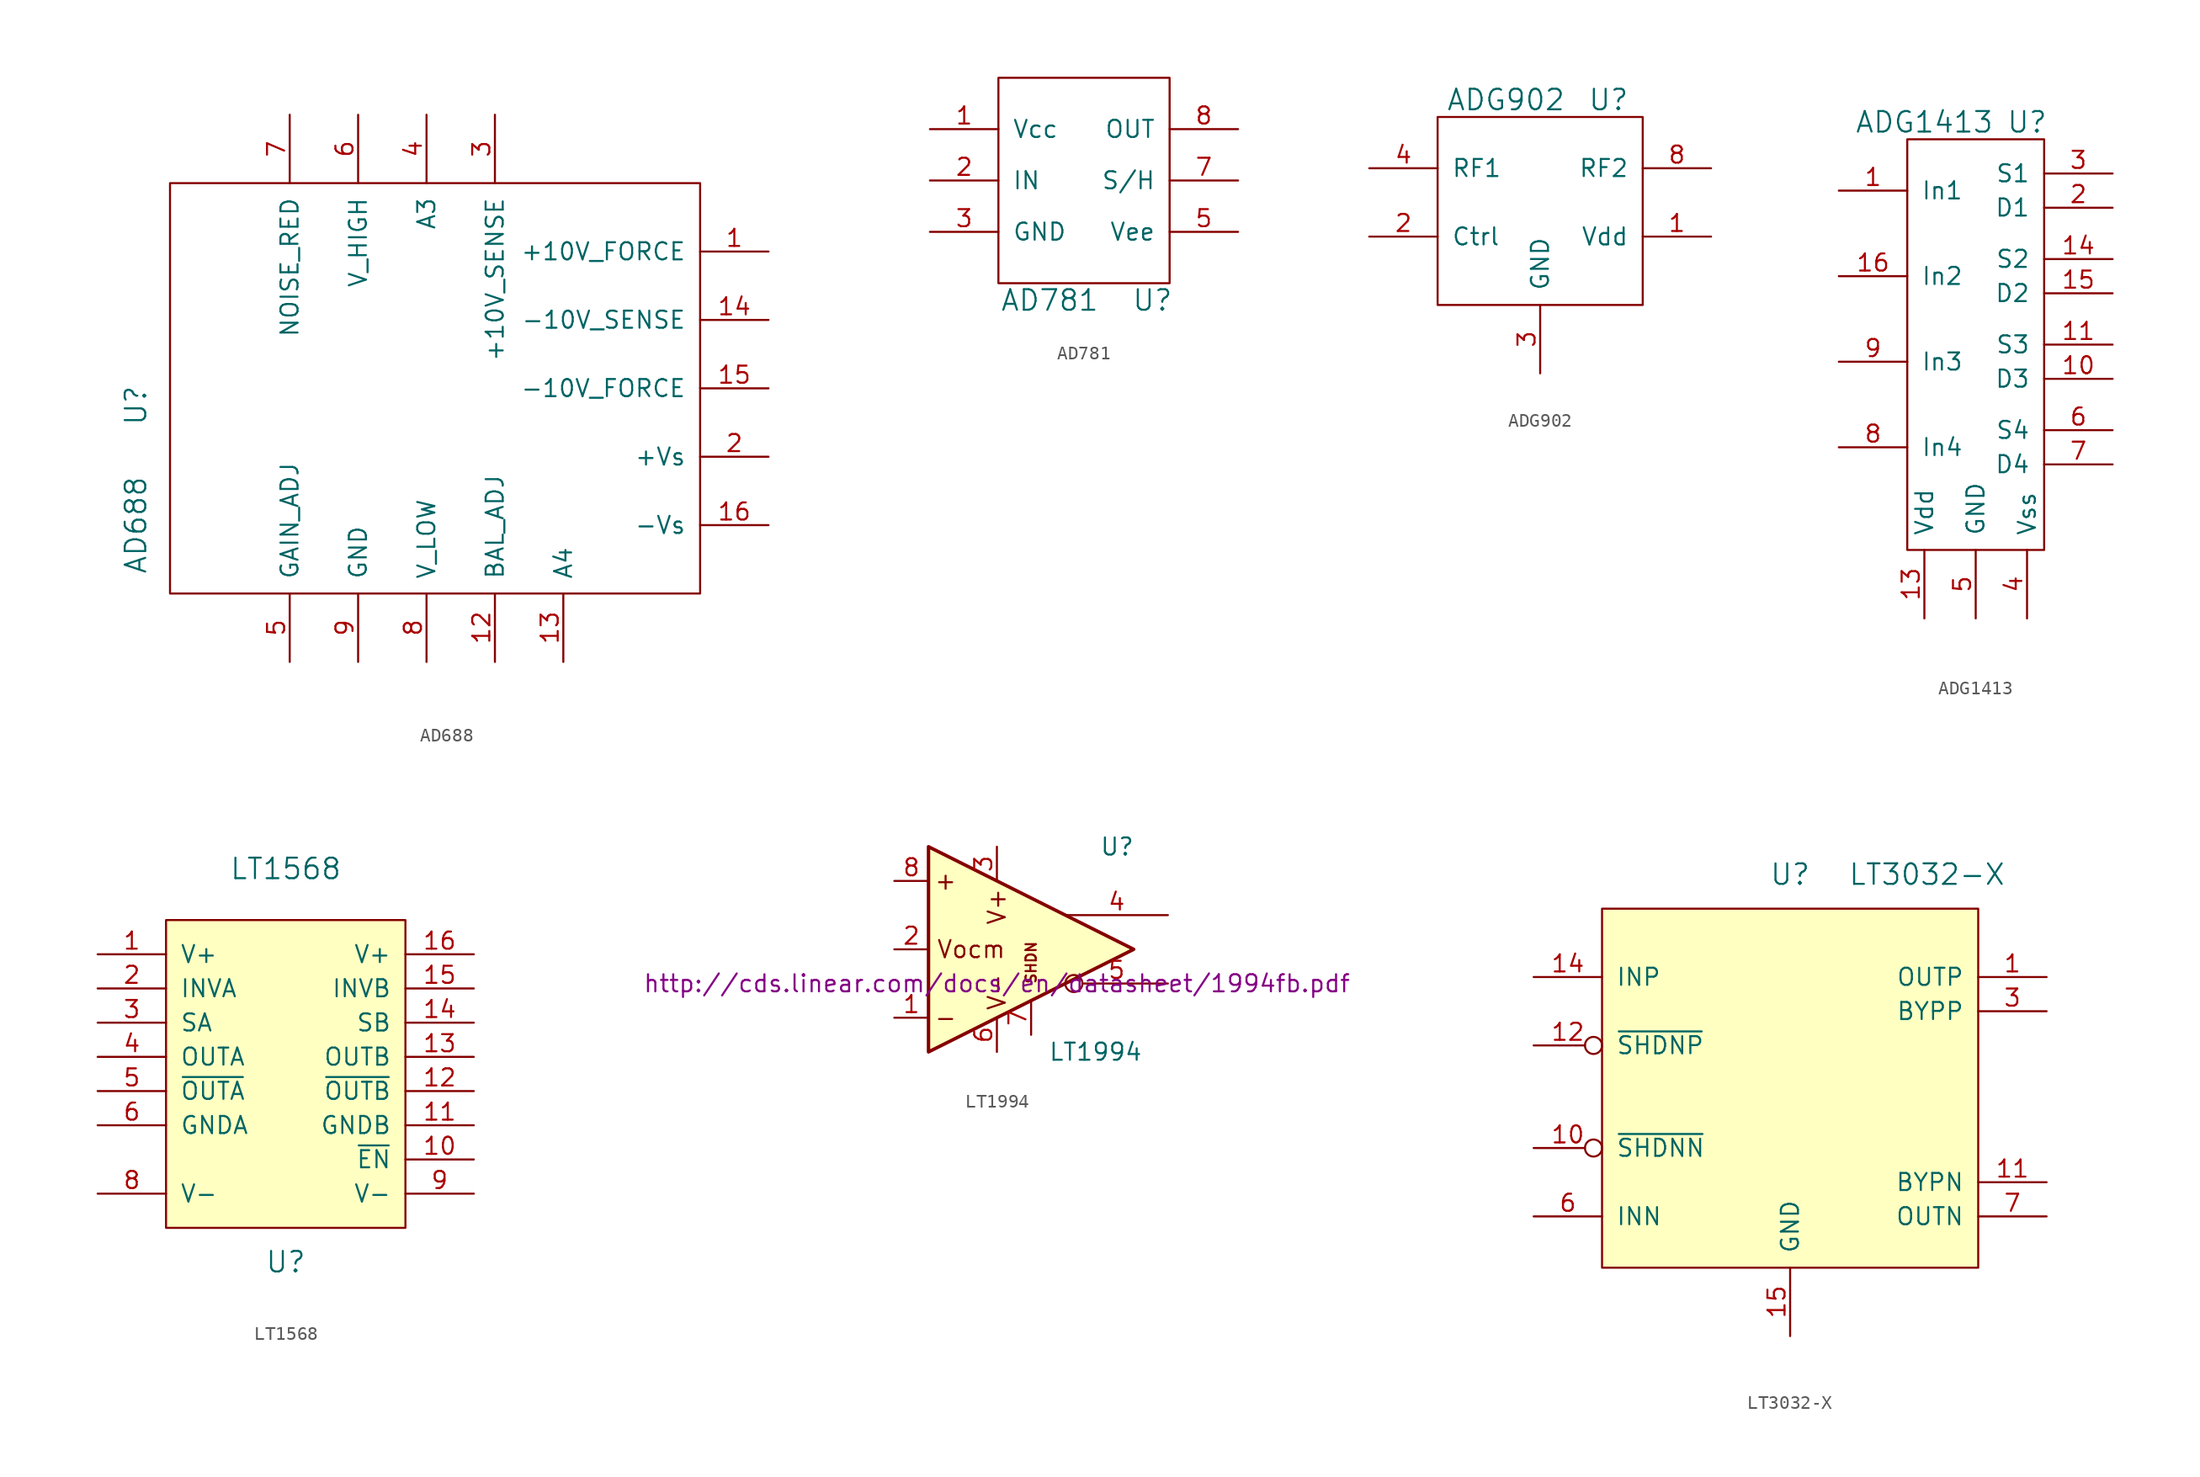
<source format=kicad_sym>
(kicad_symbol_lib
  (version 20220914)
  (generator kicad_symbol_editor)
  (symbol "AD688"
    (pin_names
      (offset 1.016))
    (property "Reference" "U"
      (at -20.32 -1.27 90)
      (effects (font (size 1.524 1.524))))
    (property "Value" "AD688"
      (at -20.32 -10.16 90)
      (effects (font (size 1.524 1.524))))
    (symbol "AD688_0_1"
      (rectangle (start 21.59 15.24) (end -17.78 -15.24) (stroke (width 0) (type solid)) (fill (type none))))
    (symbol "AD688_1_1"
      (pin input line (at 26.67 10.16 180) (length 5.08) (name "+10V_FORCE" (effects (font (size 1.27 1.27)))) (number "1" (effects (font (size 1.27 1.27)))))
      (pin input line (at 6.35 -20.32 90) (length 5.08) (name "BAL_ADJ" (effects (font (size 1.27 1.27)))) (number "12" (effects (font (size 1.27 1.27)))))
      (pin input line (at 11.43 -20.32 90) (length 5.08) (name "A4" (effects (font (size 1.27 1.27)))) (number "13" (effects (font (size 1.27 1.27)))))
      (pin input line (at 26.67 5.08 180) (length 5.08) (name "-10V_SENSE" (effects (font (size 1.27 1.27)))) (number "14" (effects (font (size 1.27 1.27)))))
      (pin input line (at 26.67 0 180) (length 5.08) (name "-10V_FORCE" (effects (font (size 1.27 1.27)))) (number "15" (effects (font (size 1.27 1.27)))))
      (pin input line (at 26.67 -10.16 180) (length 5.08) (name "-Vs" (effects (font (size 1.27 1.27)))) (number "16" (effects (font (size 1.27 1.27)))))
      (pin input line (at 26.67 -5.08 180) (length 5.08) (name "+Vs" (effects (font (size 1.27 1.27)))) (number "2" (effects (font (size 1.27 1.27)))))
      (pin input line (at 6.35 20.32 270) (length 5.08) (name "+10V_SENSE" (effects (font (size 1.27 1.27)))) (number "3" (effects (font (size 1.27 1.27)))))
      (pin input line (at 1.27 20.32 270) (length 5.08) (name "A3" (effects (font (size 1.27 1.27)))) (number "4" (effects (font (size 1.27 1.27)))))
      (pin input line (at -8.89 -20.32 90) (length 5.08) (name "GAIN_ADJ" (effects (font (size 1.27 1.27)))) (number "5" (effects (font (size 1.27 1.27)))))
      (pin input line (at -3.81 20.32 270) (length 5.08) (name "V_HIGH" (effects (font (size 1.27 1.27)))) (number "6" (effects (font (size 1.27 1.27)))))
      (pin input line (at -8.89 20.32 270) (length 5.08) (name "NOISE_RED" (effects (font (size 1.27 1.27)))) (number "7" (effects (font (size 1.27 1.27)))))
      (pin input line (at 1.27 -20.32 90) (length 5.08) (name "V_LOW" (effects (font (size 1.27 1.27)))) (number "8" (effects (font (size 1.27 1.27)))))
      (pin input line (at -3.81 -20.32 90) (length 5.08) (name "GND" (effects (font (size 1.27 1.27)))) (number "9" (effects (font (size 1.27 1.27)))))))
  (symbol "AD781"
    (pin_names
      (offset 1.016))
    (property "Reference" "U"
      (at 3.81 -1.27 0)
      (effects (font (size 1.524 1.524))))
    (property "Value" "AD781"
      (at -3.81 -1.27 0)
      (effects (font (size 1.524 1.524))))
    (symbol "AD781_0_1"
      (rectangle (start -7.62 15.24) (end 5.08 0) (stroke (width 0) (type solid)) (fill (type none))))
    (symbol "AD781_1_1"
      (pin passive line (at -12.7 11.43 0) (length 5.08) (name "Vcc" (effects (font (size 1.27 1.27)))) (number "1" (effects (font (size 1.27 1.27)))))
      (pin input line (at -12.7 7.62 0) (length 5.08) (name "IN" (effects (font (size 1.27 1.27)))) (number "2" (effects (font (size 1.27 1.27)))))
      (pin input line (at -12.7 3.81 0) (length 5.08) (name "GND" (effects (font (size 1.27 1.27)))) (number "3" (effects (font (size 1.27 1.27)))))
      (pin input line (at 10.16 3.81 180) (length 5.08) (name "Vee" (effects (font (size 1.27 1.27)))) (number "5" (effects (font (size 1.27 1.27)))))
      (pin input line (at 10.16 7.62 180) (length 5.08) (name "S/H" (effects (font (size 1.27 1.27)))) (number "7" (effects (font (size 1.27 1.27)))))
      (pin input line (at 10.16 11.43 180) (length 5.08) (name "OUT" (effects (font (size 1.27 1.27)))) (number "8" (effects (font (size 1.27 1.27)))))))
  (symbol "ADG902"
    (pin_names
      (offset 1.016))
    (property "Reference" "U"
      (at 5.08 12.7 0)
      (effects (font (size 1.524 1.524))))
    (property "Value" "ADG902"
      (at -2.54 12.7 0)
      (effects (font (size 1.524 1.524))))
    (symbol "ADG902_0_1"
      (rectangle (start -7.62 11.43) (end 7.62 -2.54) (stroke (width 0) (type solid)) (fill (type none))))
    (symbol "ADG902_1_1"
      (pin input line (at 12.7 2.54 180) (length 5.08) (name "Vdd" (effects (font (size 1.27 1.27)))) (number "1" (effects (font (size 1.27 1.27)))))
      (pin input line (at -12.7 2.54 0) (length 5.08) (name "Ctrl" (effects (font (size 1.27 1.27)))) (number "2" (effects (font (size 1.27 1.27)))))
      (pin input line (at 0 -7.62 90) (length 5.08) (name "GND" (effects (font (size 1.27 1.27)))) (number "3" (effects (font (size 1.27 1.27)))))
      (pin input line (at -12.7 7.62 0) (length 5.08) (name "RF1" (effects (font (size 1.27 1.27)))) (number "4" (effects (font (size 1.27 1.27)))))
      (pin input line (at 0 -7.62 90) (length 5.08) hide (name "GND" (effects (font (size 1.27 1.27)))) (number "5" (effects (font (size 1.27 1.27)))))
      (pin input line (at 0 -7.62 90) (length 5.08) hide (name "GND" (effects (font (size 1.27 1.27)))) (number "6" (effects (font (size 1.27 1.27)))))
      (pin input line (at 0 -7.62 90) (length 5.08) hide (name "GND" (effects (font (size 1.27 1.27)))) (number "7" (effects (font (size 1.27 1.27)))))
      (pin input line (at 12.7 7.62 180) (length 5.08) (name "RF2" (effects (font (size 1.27 1.27)))) (number "8" (effects (font (size 1.27 1.27)))))))
  (symbol "ADG1413"
    (pin_names
      (offset 1.016))
    (property "Reference" "U"
      (at 3.81 21.59 0)
      (effects (font (size 1.524 1.524))))
    (property "Value" "ADG1413"
      (at -3.81 21.59 0)
      (effects (font (size 1.524 1.524))))
    (symbol "ADG1413_0_1"
      (rectangle (start -5.08 20.32) (end 5.08 -10.16) (stroke (width 0) (type solid)) (fill (type none))))
    (symbol "ADG1413_1_1"
      (pin input line (at -10.16 16.51 0) (length 5.08) (name "In1" (effects (font (size 1.27 1.27)))) (number "1" (effects (font (size 1.27 1.27)))))
      (pin passive line (at 10.16 2.54 180) (length 5.08) (name "D3" (effects (font (size 1.27 1.27)))) (number "10" (effects (font (size 1.27 1.27)))))
      (pin passive line (at 10.16 5.08 180) (length 5.08) (name "S3" (effects (font (size 1.27 1.27)))) (number "11" (effects (font (size 1.27 1.27)))))
      (pin passive line (at -3.81 -15.24 90) (length 5.08) (name "Vdd" (effects (font (size 1.27 1.27)))) (number "13" (effects (font (size 1.27 1.27)))))
      (pin passive line (at 10.16 11.43 180) (length 5.08) (name "S2" (effects (font (size 1.27 1.27)))) (number "14" (effects (font (size 1.27 1.27)))))
      (pin passive line (at 10.16 8.89 180) (length 5.08) (name "D2" (effects (font (size 1.27 1.27)))) (number "15" (effects (font (size 1.27 1.27)))))
      (pin input line (at -10.16 10.16 0) (length 5.08) (name "In2" (effects (font (size 1.27 1.27)))) (number "16" (effects (font (size 1.27 1.27)))))
      (pin passive line (at 10.16 15.24 180) (length 5.08) (name "D1" (effects (font (size 1.27 1.27)))) (number "2" (effects (font (size 1.27 1.27)))))
      (pin passive line (at 10.16 17.78 180) (length 5.08) (name "S1" (effects (font (size 1.27 1.27)))) (number "3" (effects (font (size 1.27 1.27)))))
      (pin passive line (at 3.81 -15.24 90) (length 5.08) (name "Vss" (effects (font (size 1.27 1.27)))) (number "4" (effects (font (size 1.27 1.27)))))
      (pin passive line (at 0 -15.24 90) (length 5.08) (name "GND" (effects (font (size 1.27 1.27)))) (number "5" (effects (font (size 1.27 1.27)))))
      (pin passive line (at 10.16 -1.27 180) (length 5.08) (name "S4" (effects (font (size 1.27 1.27)))) (number "6" (effects (font (size 1.27 1.27)))))
      (pin passive line (at 10.16 -3.81 180) (length 5.08) (name "D4" (effects (font (size 1.27 1.27)))) (number "7" (effects (font (size 1.27 1.27)))))
      (pin input line (at -10.16 -2.54 0) (length 5.08) (name "In4" (effects (font (size 1.27 1.27)))) (number "8" (effects (font (size 1.27 1.27)))))
      (pin input line (at -10.16 3.81 0) (length 5.08) (name "In3" (effects (font (size 1.27 1.27)))) (number "9" (effects (font (size 1.27 1.27)))))))
  (symbol "LT1568"
    (pin_names
      (offset 1.016))
    (property "Reference" "U"
      (at 0 -13.97 0)
      (effects (font (size 1.524 1.524))))
    (property "Value" "LT1568"
      (at 0 15.24 0)
      (effects (font (size 1.524 1.524))))
    (property "Footprint" ""
      (at 1.27 -1.27 0)
      (effects (font (size 1.524 1.524))))
    (property "Datasheet" ""
      (at 1.27 -1.27 0)
      (effects (font (size 1.524 1.524))))
    (symbol "LT1568_0_1"
      (rectangle (start -8.89 11.43) (end 8.89 -11.43) (stroke (width 0) (type solid)) (fill (type background)))
      (pin output line (at -13.97 1.27 0) (length 5.08) (name "OUTA" (effects (font (size 1.27 1.27)))) (number "4" (effects (font (size 1.27 1.27)))))
      (pin output line (at -13.97 -1.27 0) (length 5.08) (name "~{OUTA}" (effects (font (size 1.27 1.27)))) (number "5" (effects (font (size 1.27 1.27))))))
    (symbol "LT1568_1_1"
      (pin power_in line (at -13.97 8.89 0) (length 5.08) (name "V+" (effects (font (size 1.27 1.27)))) (number "1" (effects (font (size 1.27 1.27)))))
      (pin input line (at 13.97 -6.35 180) (length 5.08) (name "~{EN}" (effects (font (size 1.27 1.27)))) (number "10" (effects (font (size 1.27 1.27)))))
      (pin passive line (at 13.97 -3.81 180) (length 5.08) (name "GNDB" (effects (font (size 1.27 1.27)))) (number "11" (effects (font (size 1.27 1.27)))))
      (pin output line (at 13.97 -1.27 180) (length 5.08) (name "~{OUTB}" (effects (font (size 1.27 1.27)))) (number "12" (effects (font (size 1.27 1.27)))))
      (pin output line (at 13.97 1.27 180) (length 5.08) (name "OUTB" (effects (font (size 1.27 1.27)))) (number "13" (effects (font (size 1.27 1.27)))))
      (pin input line (at 13.97 3.81 180) (length 5.08) (name "SB" (effects (font (size 1.27 1.27)))) (number "14" (effects (font (size 1.27 1.27)))))
      (pin input line (at 13.97 6.35 180) (length 5.08) (name "INVB" (effects (font (size 1.27 1.27)))) (number "15" (effects (font (size 1.27 1.27)))))
      (pin power_in line (at 13.97 8.89 180) (length 5.08) (name "V+" (effects (font (size 1.27 1.27)))) (number "16" (effects (font (size 1.27 1.27)))))
      (pin input line (at -13.97 6.35 0) (length 5.08) (name "INVA" (effects (font (size 1.27 1.27)))) (number "2" (effects (font (size 1.27 1.27)))))
      (pin input line (at -13.97 3.81 0) (length 5.08) (name "SA" (effects (font (size 1.27 1.27)))) (number "3" (effects (font (size 1.27 1.27)))))
      (pin passive line (at -13.97 -3.81 0) (length 5.08) (name "GNDA" (effects (font (size 1.27 1.27)))) (number "6" (effects (font (size 1.27 1.27)))))
      (pin no_connect line (at -13.97 -6.35 0) (length 5.08) hide (name "NC" (effects (font (size 1.27 1.27)))) (number "7" (effects (font (size 1.27 1.27)))))
      (pin power_in line (at -13.97 -8.89 0) (length 5.08) (name "V-" (effects (font (size 1.27 1.27)))) (number "8" (effects (font (size 1.27 1.27)))))
      (pin power_in line (at 13.97 -8.89 180) (length 5.08) (name "V-" (effects (font (size 1.27 1.27)))) (number "9" (effects (font (size 1.27 1.27)))))))
  (symbol "LT1994"
    (pin_names
      (offset 1.016))
    (property "Reference" "U"
      (at 7.62 7.62 0)
      (effects (font (size 1.27 1.27)) (justify left)))
    (property "Value" "LT1994"
      (at 3.81 -7.62 0)
      (effects (font (size 1.27 1.27)) (justify left)))
    (property "Footprint" ""
      (at 0 -2.54 0)
      (effects (font (size 1.27 1.27))))
    (property "Datasheet" "http://cds.linear.com/docs/en/datasheet/1994fb.pdf"
      (at 0 -2.54 0)
      (effects (font (size 1.27 1.27))))
    (symbol "LT1994_0_0"
      (text " SHDN" (at 2.54 -1.27 900) (effects (font (size 0.762 0.762))))
      (text "+" (at -3.81 5.08 0) (effects (font (size 1.27 1.27))))
      (text "-" (at -3.81 -5.08 0) (effects (font (size 1.27 1.27))))
      (text "V+" (at 0 3.175 900) (effects (font (size 1.27 1.27))))
      (text "V-" (at 0 -3.175 900) (effects (font (size 1.27 1.27))))
      (text "Vocm" (at -1.905 0 0) (effects (font (size 1.27 1.27)))))
    (symbol "LT1994_0_1"
      (polyline (pts (xy -5.08 7.62) (xy -5.08 -7.62) (xy 10.16 0) (xy -5.08 7.62)) (stroke (width 0.254) (type solid)) (fill (type background))))
    (symbol "LT1994_1_1"
      (pin input line (at -7.62 -5.08 0) (length 2.54) (name "~" (effects (font (size 1.27 1.27)))) (number "1" (effects (font (size 1.27 1.27)))))
      (pin input line (at -7.62 0 0) (length 2.54) (name "~" (effects (font (size 1.27 1.27)))) (number "2" (effects (font (size 1.27 1.27)))))
      (pin power_in line (at 0 7.62 270) (length 2.54) (name "~" (effects (font (size 1.27 1.27)))) (number "3" (effects (font (size 1.27 1.27)))))
      (pin output line (at 12.7 2.54 180) (length 7.62) (name "~" (effects (font (size 1.27 1.27)))) (number "4" (effects (font (size 1.27 1.27)))))
      (pin output inverted (at 12.7 -2.54 180) (length 7.62) (name "~" (effects (font (size 1.27 1.27)))) (number "5" (effects (font (size 1.27 1.27)))))
      (pin power_in line (at 0 -7.62 90) (length 2.54) (name "~" (effects (font (size 1.27 1.27)))) (number "6" (effects (font (size 1.27 1.27)))))
      (pin input line (at 2.54 -6.35 90) (length 2.54) (name "~" (effects (font (size 1.27 1.27)))) (number "7" (effects (font (size 1.27 1.27)))))
      (pin input line (at -7.62 5.08 0) (length 2.54) (name "~" (effects (font (size 1.27 1.27)))) (number "8" (effects (font (size 1.27 1.27)))))))
  (symbol "LT3032-X"
    (pin_names
      (offset 1.016))
    (property "Reference" "U"
      (at 0 16.51 0)
      (effects (font (size 1.524 1.524))))
    (property "Value" "LT3032-X"
      (at 10.16 16.51 0)
      (effects (font (size 1.524 1.524))))
    (symbol "LT3032-X_0_1"
      (rectangle (start -13.97 13.97) (end 13.97 -12.7) (stroke (width 0) (type solid)) (fill (type background))))
    (symbol "LT3032-X_1_1"
      (pin power_out line (at 19.05 8.89 180) (length 5.08) (name "OUTP" (effects (font (size 1.27 1.27)))) (number "1" (effects (font (size 1.27 1.27)))))
      (pin input inverted (at -19.05 -3.81 0) (length 5.08) (name "~{SHDNN}" (effects (font (size 1.27 1.27)))) (number "10" (effects (font (size 1.27 1.27)))))
      (pin passive line (at 19.05 -6.35 180) (length 5.08) (name "BYPN" (effects (font (size 1.27 1.27)))) (number "11" (effects (font (size 1.27 1.27)))))
      (pin input inverted (at -19.05 3.81 0) (length 5.08) (name "~{SHDNP}" (effects (font (size 1.27 1.27)))) (number "12" (effects (font (size 1.27 1.27)))))
      (pin power_in line (at -19.05 8.89 0) (length 5.08) (name "INP" (effects (font (size 1.27 1.27)))) (number "14" (effects (font (size 1.27 1.27)))))
      (pin power_in line (at 0 -17.78 90) (length 5.08) (name "GND" (effects (font (size 1.27 1.27)))) (number "15" (effects (font (size 1.27 1.27)))))
      (pin power_in line (at -19.05 -8.89 0) (length 5.08) hide (name "INN" (effects (font (size 1.27 1.27)))) (number "16" (effects (font (size 1.27 1.27)))))
      (pin passive line (at 19.05 6.35 180) (length 5.08) (name "BYPP" (effects (font (size 1.27 1.27)))) (number "3" (effects (font (size 1.27 1.27)))))
      (pin power_in line (at 0 -17.78 90) (length 5.08) hide (name "~" (effects (font (size 1.27 1.27)))) (number "4" (effects (font (size 1.27 1.27)))))
      (pin power_in line (at 0 -17.78 90) (length 5.08) hide (name "~" (effects (font (size 1.27 1.27)))) (number "5" (effects (font (size 1.27 1.27)))))
      (pin power_in line (at -19.05 -8.89 0) (length 5.08) (name "INN" (effects (font (size 1.27 1.27)))) (number "6" (effects (font (size 1.27 1.27)))))
      (pin power_out line (at 19.05 -8.89 180) (length 5.08) (name "OUTN" (effects (font (size 1.27 1.27)))) (number "7" (effects (font (size 1.27 1.27)))))
      (pin power_in line (at -19.05 -8.89 0) (length 5.08) hide (name "INN" (effects (font (size 1.27 1.27)))) (number "9" (effects (font (size 1.27 1.27))))))))
</source>
